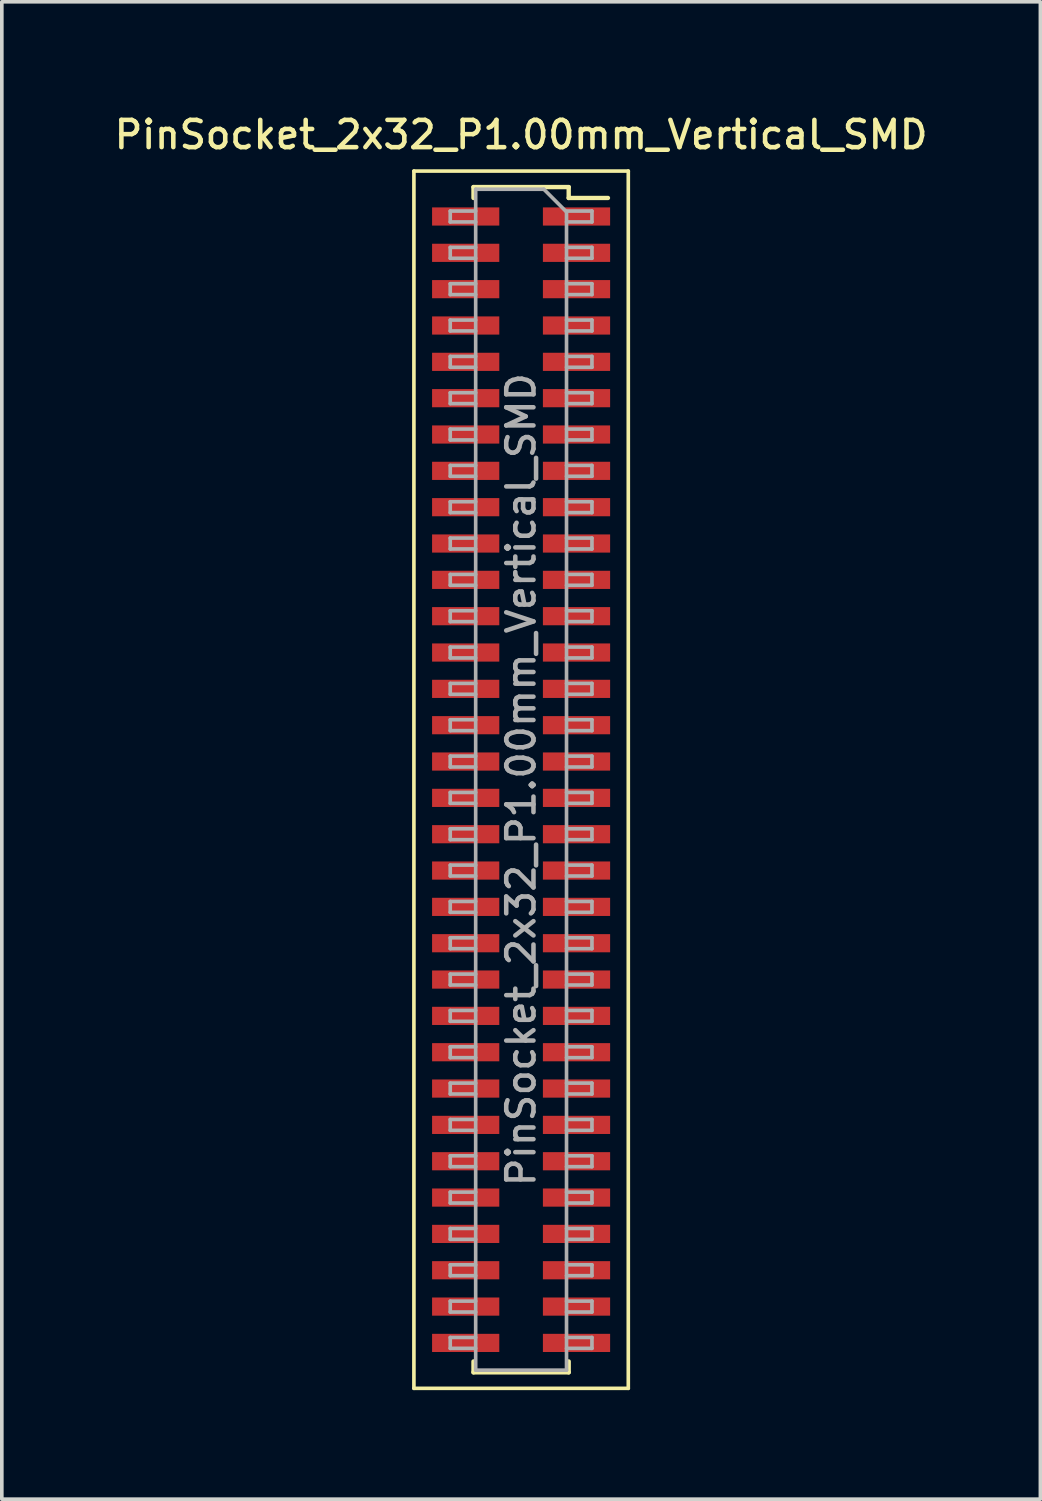
<source format=kicad_pcb>
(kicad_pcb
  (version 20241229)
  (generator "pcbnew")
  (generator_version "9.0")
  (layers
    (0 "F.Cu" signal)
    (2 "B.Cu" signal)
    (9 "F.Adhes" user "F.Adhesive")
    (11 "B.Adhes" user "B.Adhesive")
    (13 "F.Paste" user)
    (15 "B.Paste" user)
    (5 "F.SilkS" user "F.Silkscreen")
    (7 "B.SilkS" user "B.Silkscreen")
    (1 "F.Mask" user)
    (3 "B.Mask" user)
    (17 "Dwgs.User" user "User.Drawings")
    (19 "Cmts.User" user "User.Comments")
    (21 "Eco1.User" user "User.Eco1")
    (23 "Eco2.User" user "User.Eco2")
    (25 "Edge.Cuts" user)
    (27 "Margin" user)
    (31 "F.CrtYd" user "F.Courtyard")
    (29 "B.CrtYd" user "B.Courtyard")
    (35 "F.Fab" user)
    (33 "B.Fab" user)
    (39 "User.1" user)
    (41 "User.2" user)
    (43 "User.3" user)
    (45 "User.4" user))
  (footprint "PinSocket_2x32_P1.00mm_Vertical_SMD"
    (layer "F.Cu")
    (at 11.291 18.408)
    (property "Reference" "PinSocket_2x32_P1.00mm_Vertical_SMD" (at 0 -17.75 0) (layer "F.SilkS") (effects (font (size 0.75 0.75) (thickness 0.125))))
    (attr smd)
    (fp_line (start -2.95 -16.75) (end 2.95 -16.75) (stroke (width 0.1) (type solid)) (layer "F.SilkS"))
    (fp_line (start -2.95 16.75) (end -2.95 -16.75) (stroke (width 0.1) (type solid)) (layer "F.SilkS"))
    (fp_line (start -1.31 -16.31) (end -1.31 -16.01) (stroke (width 0.12) (type solid)) (layer "F.SilkS"))
    (fp_line (start -1.31 -16.31) (end 1.31 -16.31) (stroke (width 0.12) (type solid)) (layer "F.SilkS"))
    (fp_line (start -1.31 16.01) (end -1.31 16.31) (stroke (width 0.12) (type solid)) (layer "F.SilkS"))
    (fp_line (start -1.31 16.31) (end 1.31 16.31) (stroke (width 0.12) (type solid)) (layer "F.SilkS"))
    (fp_line (start 1.31 -16.31) (end 1.31 -16.01) (stroke (width 0.12) (type solid)) (layer "F.SilkS"))
    (fp_line (start 1.31 -16.01) (end 2.39 -16.01) (stroke (width 0.12) (type solid)) (layer "F.SilkS"))
    (fp_line (start 1.31 16.01) (end 1.31 16.31) (stroke (width 0.12) (type solid)) (layer "F.SilkS"))
    (fp_line (start 2.95 -16.75) (end 2.95 16.75) (stroke (width 0.1) (type solid)) (layer "F.SilkS"))
    (fp_line (start 2.95 16.75) (end -2.95 16.75) (stroke (width 0.1) (type solid)) (layer "F.SilkS"))
    (fp_line (start -1.95 -15.65) (end -1.25 -15.65) (stroke (width 0.1) (type solid)) (layer "F.Fab"))
    (fp_line (start -1.95 -15.35) (end -1.95 -15.65) (stroke (width 0.1) (type solid)) (layer "F.Fab"))
    (fp_line (start -1.95 -14.65) (end -1.25 -14.65) (stroke (width 0.1) (type solid)) (layer "F.Fab"))
    (fp_line (start -1.95 -14.35) (end -1.95 -14.65) (stroke (width 0.1) (type solid)) (layer "F.Fab"))
    (fp_line (start -1.95 -13.65) (end -1.25 -13.65) (stroke (width 0.1) (type solid)) (layer "F.Fab"))
    (fp_line (start -1.95 -13.35) (end -1.95 -13.65) (stroke (width 0.1) (type solid)) (layer "F.Fab"))
    (fp_line (start -1.95 -12.65) (end -1.25 -12.65) (stroke (width 0.1) (type solid)) (layer "F.Fab"))
    (fp_line (start -1.95 -12.35) (end -1.95 -12.65) (stroke (width 0.1) (type solid)) (layer "F.Fab"))
    (fp_line (start -1.95 -11.65) (end -1.25 -11.65) (stroke (width 0.1) (type solid)) (layer "F.Fab"))
    (fp_line (start -1.95 -11.35) (end -1.95 -11.65) (stroke (width 0.1) (type solid)) (layer "F.Fab"))
    (fp_line (start -1.95 -10.65) (end -1.25 -10.65) (stroke (width 0.1) (type solid)) (layer "F.Fab"))
    (fp_line (start -1.95 -10.35) (end -1.95 -10.65) (stroke (width 0.1) (type solid)) (layer "F.Fab"))
    (fp_line (start -1.95 -9.65) (end -1.25 -9.65) (stroke (width 0.1) (type solid)) (layer "F.Fab"))
    (fp_line (start -1.95 -9.35) (end -1.95 -9.65) (stroke (width 0.1) (type solid)) (layer "F.Fab"))
    (fp_line (start -1.95 -8.65) (end -1.25 -8.65) (stroke (width 0.1) (type solid)) (layer "F.Fab"))
    (fp_line (start -1.95 -8.35) (end -1.95 -8.65) (stroke (width 0.1) (type solid)) (layer "F.Fab"))
    (fp_line (start -1.95 -7.65) (end -1.25 -7.65) (stroke (width 0.1) (type solid)) (layer "F.Fab"))
    (fp_line (start -1.95 -7.35) (end -1.95 -7.65) (stroke (width 0.1) (type solid)) (layer "F.Fab"))
    (fp_line (start -1.95 -6.65) (end -1.25 -6.65) (stroke (width 0.1) (type solid)) (layer "F.Fab"))
    (fp_line (start -1.95 -6.35) (end -1.95 -6.65) (stroke (width 0.1) (type solid)) (layer "F.Fab"))
    (fp_line (start -1.95 -5.65) (end -1.25 -5.65) (stroke (width 0.1) (type solid)) (layer "F.Fab"))
    (fp_line (start -1.95 -5.35) (end -1.95 -5.65) (stroke (width 0.1) (type solid)) (layer "F.Fab"))
    (fp_line (start -1.95 -4.65) (end -1.25 -4.65) (stroke (width 0.1) (type solid)) (layer "F.Fab"))
    (fp_line (start -1.95 -4.35) (end -1.95 -4.65) (stroke (width 0.1) (type solid)) (layer "F.Fab"))
    (fp_line (start -1.95 -3.65) (end -1.25 -3.65) (stroke (width 0.1) (type solid)) (layer "F.Fab"))
    (fp_line (start -1.95 -3.35) (end -1.95 -3.65) (stroke (width 0.1) (type solid)) (layer "F.Fab"))
    (fp_line (start -1.95 -2.65) (end -1.25 -2.65) (stroke (width 0.1) (type solid)) (layer "F.Fab"))
    (fp_line (start -1.95 -2.35) (end -1.95 -2.65) (stroke (width 0.1) (type solid)) (layer "F.Fab"))
    (fp_line (start -1.95 -1.65) (end -1.25 -1.65) (stroke (width 0.1) (type solid)) (layer "F.Fab"))
    (fp_line (start -1.95 -1.35) (end -1.95 -1.65) (stroke (width 0.1) (type solid)) (layer "F.Fab"))
    (fp_line (start -1.95 -0.65) (end -1.25 -0.65) (stroke (width 0.1) (type solid)) (layer "F.Fab"))
    (fp_line (start -1.95 -0.35) (end -1.95 -0.65) (stroke (width 0.1) (type solid)) (layer "F.Fab"))
    (fp_line (start -1.95 0.35) (end -1.25 0.35) (stroke (width 0.1) (type solid)) (layer "F.Fab"))
    (fp_line (start -1.95 0.65) (end -1.95 0.35) (stroke (width 0.1) (type solid)) (layer "F.Fab"))
    (fp_line (start -1.95 1.35) (end -1.25 1.35) (stroke (width 0.1) (type solid)) (layer "F.Fab"))
    (fp_line (start -1.95 1.65) (end -1.95 1.35) (stroke (width 0.1) (type solid)) (layer "F.Fab"))
    (fp_line (start -1.95 2.35) (end -1.25 2.35) (stroke (width 0.1) (type solid)) (layer "F.Fab"))
    (fp_line (start -1.95 2.65) (end -1.95 2.35) (stroke (width 0.1) (type solid)) (layer "F.Fab"))
    (fp_line (start -1.95 3.35) (end -1.25 3.35) (stroke (width 0.1) (type solid)) (layer "F.Fab"))
    (fp_line (start -1.95 3.65) (end -1.95 3.35) (stroke (width 0.1) (type solid)) (layer "F.Fab"))
    (fp_line (start -1.95 4.35) (end -1.25 4.35) (stroke (width 0.1) (type solid)) (layer "F.Fab"))
    (fp_line (start -1.95 4.65) (end -1.95 4.35) (stroke (width 0.1) (type solid)) (layer "F.Fab"))
    (fp_line (start -1.95 5.35) (end -1.25 5.35) (stroke (width 0.1) (type solid)) (layer "F.Fab"))
    (fp_line (start -1.95 5.65) (end -1.95 5.35) (stroke (width 0.1) (type solid)) (layer "F.Fab"))
    (fp_line (start -1.95 6.35) (end -1.25 6.35) (stroke (width 0.1) (type solid)) (layer "F.Fab"))
    (fp_line (start -1.95 6.65) (end -1.95 6.35) (stroke (width 0.1) (type solid)) (layer "F.Fab"))
    (fp_line (start -1.95 7.35) (end -1.25 7.35) (stroke (width 0.1) (type solid)) (layer "F.Fab"))
    (fp_line (start -1.95 7.65) (end -1.95 7.35) (stroke (width 0.1) (type solid)) (layer "F.Fab"))
    (fp_line (start -1.95 8.35) (end -1.25 8.35) (stroke (width 0.1) (type solid)) (layer "F.Fab"))
    (fp_line (start -1.95 8.65) (end -1.95 8.35) (stroke (width 0.1) (type solid)) (layer "F.Fab"))
    (fp_line (start -1.95 9.35) (end -1.25 9.35) (stroke (width 0.1) (type solid)) (layer "F.Fab"))
    (fp_line (start -1.95 9.65) (end -1.95 9.35) (stroke (width 0.1) (type solid)) (layer "F.Fab"))
    (fp_line (start -1.95 10.35) (end -1.25 10.35) (stroke (width 0.1) (type solid)) (layer "F.Fab"))
    (fp_line (start -1.95 10.65) (end -1.95 10.35) (stroke (width 0.1) (type solid)) (layer "F.Fab"))
    (fp_line (start -1.95 11.35) (end -1.25 11.35) (stroke (width 0.1) (type solid)) (layer "F.Fab"))
    (fp_line (start -1.95 11.65) (end -1.95 11.35) (stroke (width 0.1) (type solid)) (layer "F.Fab"))
    (fp_line (start -1.95 12.35) (end -1.25 12.35) (stroke (width 0.1) (type solid)) (layer "F.Fab"))
    (fp_line (start -1.95 12.65) (end -1.95 12.35) (stroke (width 0.1) (type solid)) (layer "F.Fab"))
    (fp_line (start -1.95 13.35) (end -1.25 13.35) (stroke (width 0.1) (type solid)) (layer "F.Fab"))
    (fp_line (start -1.95 13.65) (end -1.95 13.35) (stroke (width 0.1) (type solid)) (layer "F.Fab"))
    (fp_line (start -1.95 14.35) (end -1.25 14.35) (stroke (width 0.1) (type solid)) (layer "F.Fab"))
    (fp_line (start -1.95 14.65) (end -1.95 14.35) (stroke (width 0.1) (type solid)) (layer "F.Fab"))
    (fp_line (start -1.95 15.35) (end -1.25 15.35) (stroke (width 0.1) (type solid)) (layer "F.Fab"))
    (fp_line (start -1.95 15.65) (end -1.95 15.35) (stroke (width 0.1) (type solid)) (layer "F.Fab"))
    (fp_line (start -1.25 -16.25) (end 0.625 -16.25) (stroke (width 0.1) (type solid)) (layer "F.Fab"))
    (fp_line (start -1.25 -15.35) (end -1.95 -15.35) (stroke (width 0.1) (type solid)) (layer "F.Fab"))
    (fp_line (start -1.25 -14.35) (end -1.95 -14.35) (stroke (width 0.1) (type solid)) (layer "F.Fab"))
    (fp_line (start -1.25 -13.35) (end -1.95 -13.35) (stroke (width 0.1) (type solid)) (layer "F.Fab"))
    (fp_line (start -1.25 -12.35) (end -1.95 -12.35) (stroke (width 0.1) (type solid)) (layer "F.Fab"))
    (fp_line (start -1.25 -11.35) (end -1.95 -11.35) (stroke (width 0.1) (type solid)) (layer "F.Fab"))
    (fp_line (start -1.25 -10.35) (end -1.95 -10.35) (stroke (width 0.1) (type solid)) (layer "F.Fab"))
    (fp_line (start -1.25 -9.35) (end -1.95 -9.35) (stroke (width 0.1) (type solid)) (layer "F.Fab"))
    (fp_line (start -1.25 -8.35) (end -1.95 -8.35) (stroke (width 0.1) (type solid)) (layer "F.Fab"))
    (fp_line (start -1.25 -7.35) (end -1.95 -7.35) (stroke (width 0.1) (type solid)) (layer "F.Fab"))
    (fp_line (start -1.25 -6.35) (end -1.95 -6.35) (stroke (width 0.1) (type solid)) (layer "F.Fab"))
    (fp_line (start -1.25 -5.35) (end -1.95 -5.35) (stroke (width 0.1) (type solid)) (layer "F.Fab"))
    (fp_line (start -1.25 -4.35) (end -1.95 -4.35) (stroke (width 0.1) (type solid)) (layer "F.Fab"))
    (fp_line (start -1.25 -3.35) (end -1.95 -3.35) (stroke (width 0.1) (type solid)) (layer "F.Fab"))
    (fp_line (start -1.25 -2.35) (end -1.95 -2.35) (stroke (width 0.1) (type solid)) (layer "F.Fab"))
    (fp_line (start -1.25 -1.35) (end -1.95 -1.35) (stroke (width 0.1) (type solid)) (layer "F.Fab"))
    (fp_line (start -1.25 -0.35) (end -1.95 -0.35) (stroke (width 0.1) (type solid)) (layer "F.Fab"))
    (fp_line (start -1.25 0.65) (end -1.95 0.65) (stroke (width 0.1) (type solid)) (layer "F.Fab"))
    (fp_line (start -1.25 1.65) (end -1.95 1.65) (stroke (width 0.1) (type solid)) (layer "F.Fab"))
    (fp_line (start -1.25 2.65) (end -1.95 2.65) (stroke (width 0.1) (type solid)) (layer "F.Fab"))
    (fp_line (start -1.25 3.65) (end -1.95 3.65) (stroke (width 0.1) (type solid)) (layer "F.Fab"))
    (fp_line (start -1.25 4.65) (end -1.95 4.65) (stroke (width 0.1) (type solid)) (layer "F.Fab"))
    (fp_line (start -1.25 5.65) (end -1.95 5.65) (stroke (width 0.1) (type solid)) (layer "F.Fab"))
    (fp_line (start -1.25 6.65) (end -1.95 6.65) (stroke (width 0.1) (type solid)) (layer "F.Fab"))
    (fp_line (start -1.25 7.65) (end -1.95 7.65) (stroke (width 0.1) (type solid)) (layer "F.Fab"))
    (fp_line (start -1.25 8.65) (end -1.95 8.65) (stroke (width 0.1) (type solid)) (layer "F.Fab"))
    (fp_line (start -1.25 9.65) (end -1.95 9.65) (stroke (width 0.1) (type solid)) (layer "F.Fab"))
    (fp_line (start -1.25 10.65) (end -1.95 10.65) (stroke (width 0.1) (type solid)) (layer "F.Fab"))
    (fp_line (start -1.25 11.65) (end -1.95 11.65) (stroke (width 0.1) (type solid)) (layer "F.Fab"))
    (fp_line (start -1.25 12.65) (end -1.95 12.65) (stroke (width 0.1) (type solid)) (layer "F.Fab"))
    (fp_line (start -1.25 13.65) (end -1.95 13.65) (stroke (width 0.1) (type solid)) (layer "F.Fab"))
    (fp_line (start -1.25 14.65) (end -1.95 14.65) (stroke (width 0.1) (type solid)) (layer "F.Fab"))
    (fp_line (start -1.25 15.65) (end -1.95 15.65) (stroke (width 0.1) (type solid)) (layer "F.Fab"))
    (fp_line (start -1.25 16.25) (end -1.25 -16.25) (stroke (width 0.1) (type solid)) (layer "F.Fab"))
    (fp_line (start 0.625 -16.25) (end 1.25 -15.625) (stroke (width 0.1) (type solid)) (layer "F.Fab"))
    (fp_line (start 1.25 -15.65) (end 1.95 -15.65) (stroke (width 0.1) (type solid)) (layer "F.Fab"))
    (fp_line (start 1.25 -15.625) (end 1.25 16.25) (stroke (width 0.1) (type solid)) (layer "F.Fab"))
    (fp_line (start 1.25 -14.65) (end 1.95 -14.65) (stroke (width 0.1) (type solid)) (layer "F.Fab"))
    (fp_line (start 1.25 -13.65) (end 1.95 -13.65) (stroke (width 0.1) (type solid)) (layer "F.Fab"))
    (fp_line (start 1.25 -12.65) (end 1.95 -12.65) (stroke (width 0.1) (type solid)) (layer "F.Fab"))
    (fp_line (start 1.25 -11.65) (end 1.95 -11.65) (stroke (width 0.1) (type solid)) (layer "F.Fab"))
    (fp_line (start 1.25 -10.65) (end 1.95 -10.65) (stroke (width 0.1) (type solid)) (layer "F.Fab"))
    (fp_line (start 1.25 -9.65) (end 1.95 -9.65) (stroke (width 0.1) (type solid)) (layer "F.Fab"))
    (fp_line (start 1.25 -8.65) (end 1.95 -8.65) (stroke (width 0.1) (type solid)) (layer "F.Fab"))
    (fp_line (start 1.25 -7.65) (end 1.95 -7.65) (stroke (width 0.1) (type solid)) (layer "F.Fab"))
    (fp_line (start 1.25 -6.65) (end 1.95 -6.65) (stroke (width 0.1) (type solid)) (layer "F.Fab"))
    (fp_line (start 1.25 -5.65) (end 1.95 -5.65) (stroke (width 0.1) (type solid)) (layer "F.Fab"))
    (fp_line (start 1.25 -4.65) (end 1.95 -4.65) (stroke (width 0.1) (type solid)) (layer "F.Fab"))
    (fp_line (start 1.25 -3.65) (end 1.95 -3.65) (stroke (width 0.1) (type solid)) (layer "F.Fab"))
    (fp_line (start 1.25 -2.65) (end 1.95 -2.65) (stroke (width 0.1) (type solid)) (layer "F.Fab"))
    (fp_line (start 1.25 -1.65) (end 1.95 -1.65) (stroke (width 0.1) (type solid)) (layer "F.Fab"))
    (fp_line (start 1.25 -0.65) (end 1.95 -0.65) (stroke (width 0.1) (type solid)) (layer "F.Fab"))
    (fp_line (start 1.25 0.35) (end 1.95 0.35) (stroke (width 0.1) (type solid)) (layer "F.Fab"))
    (fp_line (start 1.25 1.35) (end 1.95 1.35) (stroke (width 0.1) (type solid)) (layer "F.Fab"))
    (fp_line (start 1.25 2.35) (end 1.95 2.35) (stroke (width 0.1) (type solid)) (layer "F.Fab"))
    (fp_line (start 1.25 3.35) (end 1.95 3.35) (stroke (width 0.1) (type solid)) (layer "F.Fab"))
    (fp_line (start 1.25 4.35) (end 1.95 4.35) (stroke (width 0.1) (type solid)) (layer "F.Fab"))
    (fp_line (start 1.25 5.35) (end 1.95 5.35) (stroke (width 0.1) (type solid)) (layer "F.Fab"))
    (fp_line (start 1.25 6.35) (end 1.95 6.35) (stroke (width 0.1) (type solid)) (layer "F.Fab"))
    (fp_line (start 1.25 7.35) (end 1.95 7.35) (stroke (width 0.1) (type solid)) (layer "F.Fab"))
    (fp_line (start 1.25 8.35) (end 1.95 8.35) (stroke (width 0.1) (type solid)) (layer "F.Fab"))
    (fp_line (start 1.25 9.35) (end 1.95 9.35) (stroke (width 0.1) (type solid)) (layer "F.Fab"))
    (fp_line (start 1.25 10.35) (end 1.95 10.35) (stroke (width 0.1) (type solid)) (layer "F.Fab"))
    (fp_line (start 1.25 11.35) (end 1.95 11.35) (stroke (width 0.1) (type solid)) (layer "F.Fab"))
    (fp_line (start 1.25 12.35) (end 1.95 12.35) (stroke (width 0.1) (type solid)) (layer "F.Fab"))
    (fp_line (start 1.25 13.35) (end 1.95 13.35) (stroke (width 0.1) (type solid)) (layer "F.Fab"))
    (fp_line (start 1.25 14.35) (end 1.95 14.35) (stroke (width 0.1) (type solid)) (layer "F.Fab"))
    (fp_line (start 1.25 15.35) (end 1.95 15.35) (stroke (width 0.1) (type solid)) (layer "F.Fab"))
    (fp_line (start 1.25 16.25) (end -1.25 16.25) (stroke (width 0.1) (type solid)) (layer "F.Fab"))
    (fp_line (start 1.95 -15.65) (end 1.95 -15.35) (stroke (width 0.1) (type solid)) (layer "F.Fab"))
    (fp_line (start 1.95 -15.35) (end 1.25 -15.35) (stroke (width 0.1) (type solid)) (layer "F.Fab"))
    (fp_line (start 1.95 -14.65) (end 1.95 -14.35) (stroke (width 0.1) (type solid)) (layer "F.Fab"))
    (fp_line (start 1.95 -14.35) (end 1.25 -14.35) (stroke (width 0.1) (type solid)) (layer "F.Fab"))
    (fp_line (start 1.95 -13.65) (end 1.95 -13.35) (stroke (width 0.1) (type solid)) (layer "F.Fab"))
    (fp_line (start 1.95 -13.35) (end 1.25 -13.35) (stroke (width 0.1) (type solid)) (layer "F.Fab"))
    (fp_line (start 1.95 -12.65) (end 1.95 -12.35) (stroke (width 0.1) (type solid)) (layer "F.Fab"))
    (fp_line (start 1.95 -12.35) (end 1.25 -12.35) (stroke (width 0.1) (type solid)) (layer "F.Fab"))
    (fp_line (start 1.95 -11.65) (end 1.95 -11.35) (stroke (width 0.1) (type solid)) (layer "F.Fab"))
    (fp_line (start 1.95 -11.35) (end 1.25 -11.35) (stroke (width 0.1) (type solid)) (layer "F.Fab"))
    (fp_line (start 1.95 -10.65) (end 1.95 -10.35) (stroke (width 0.1) (type solid)) (layer "F.Fab"))
    (fp_line (start 1.95 -10.35) (end 1.25 -10.35) (stroke (width 0.1) (type solid)) (layer "F.Fab"))
    (fp_line (start 1.95 -9.65) (end 1.95 -9.35) (stroke (width 0.1) (type solid)) (layer "F.Fab"))
    (fp_line (start 1.95 -9.35) (end 1.25 -9.35) (stroke (width 0.1) (type solid)) (layer "F.Fab"))
    (fp_line (start 1.95 -8.65) (end 1.95 -8.35) (stroke (width 0.1) (type solid)) (layer "F.Fab"))
    (fp_line (start 1.95 -8.35) (end 1.25 -8.35) (stroke (width 0.1) (type solid)) (layer "F.Fab"))
    (fp_line (start 1.95 -7.65) (end 1.95 -7.35) (stroke (width 0.1) (type solid)) (layer "F.Fab"))
    (fp_line (start 1.95 -7.35) (end 1.25 -7.35) (stroke (width 0.1) (type solid)) (layer "F.Fab"))
    (fp_line (start 1.95 -6.65) (end 1.95 -6.35) (stroke (width 0.1) (type solid)) (layer "F.Fab"))
    (fp_line (start 1.95 -6.35) (end 1.25 -6.35) (stroke (width 0.1) (type solid)) (layer "F.Fab"))
    (fp_line (start 1.95 -5.65) (end 1.95 -5.35) (stroke (width 0.1) (type solid)) (layer "F.Fab"))
    (fp_line (start 1.95 -5.35) (end 1.25 -5.35) (stroke (width 0.1) (type solid)) (layer "F.Fab"))
    (fp_line (start 1.95 -4.65) (end 1.95 -4.35) (stroke (width 0.1) (type solid)) (layer "F.Fab"))
    (fp_line (start 1.95 -4.35) (end 1.25 -4.35) (stroke (width 0.1) (type solid)) (layer "F.Fab"))
    (fp_line (start 1.95 -3.65) (end 1.95 -3.35) (stroke (width 0.1) (type solid)) (layer "F.Fab"))
    (fp_line (start 1.95 -3.35) (end 1.25 -3.35) (stroke (width 0.1) (type solid)) (layer "F.Fab"))
    (fp_line (start 1.95 -2.65) (end 1.95 -2.35) (stroke (width 0.1) (type solid)) (layer "F.Fab"))
    (fp_line (start 1.95 -2.35) (end 1.25 -2.35) (stroke (width 0.1) (type solid)) (layer "F.Fab"))
    (fp_line (start 1.95 -1.65) (end 1.95 -1.35) (stroke (width 0.1) (type solid)) (layer "F.Fab"))
    (fp_line (start 1.95 -1.35) (end 1.25 -1.35) (stroke (width 0.1) (type solid)) (layer "F.Fab"))
    (fp_line (start 1.95 -0.65) (end 1.95 -0.35) (stroke (width 0.1) (type solid)) (layer "F.Fab"))
    (fp_line (start 1.95 -0.35) (end 1.25 -0.35) (stroke (width 0.1) (type solid)) (layer "F.Fab"))
    (fp_line (start 1.95 0.35) (end 1.95 0.65) (stroke (width 0.1) (type solid)) (layer "F.Fab"))
    (fp_line (start 1.95 0.65) (end 1.25 0.65) (stroke (width 0.1) (type solid)) (layer "F.Fab"))
    (fp_line (start 1.95 1.35) (end 1.95 1.65) (stroke (width 0.1) (type solid)) (layer "F.Fab"))
    (fp_line (start 1.95 1.65) (end 1.25 1.65) (stroke (width 0.1) (type solid)) (layer "F.Fab"))
    (fp_line (start 1.95 2.35) (end 1.95 2.65) (stroke (width 0.1) (type solid)) (layer "F.Fab"))
    (fp_line (start 1.95 2.65) (end 1.25 2.65) (stroke (width 0.1) (type solid)) (layer "F.Fab"))
    (fp_line (start 1.95 3.35) (end 1.95 3.65) (stroke (width 0.1) (type solid)) (layer "F.Fab"))
    (fp_line (start 1.95 3.65) (end 1.25 3.65) (stroke (width 0.1) (type solid)) (layer "F.Fab"))
    (fp_line (start 1.95 4.35) (end 1.95 4.65) (stroke (width 0.1) (type solid)) (layer "F.Fab"))
    (fp_line (start 1.95 4.65) (end 1.25 4.65) (stroke (width 0.1) (type solid)) (layer "F.Fab"))
    (fp_line (start 1.95 5.35) (end 1.95 5.65) (stroke (width 0.1) (type solid)) (layer "F.Fab"))
    (fp_line (start 1.95 5.65) (end 1.25 5.65) (stroke (width 0.1) (type solid)) (layer "F.Fab"))
    (fp_line (start 1.95 6.35) (end 1.95 6.65) (stroke (width 0.1) (type solid)) (layer "F.Fab"))
    (fp_line (start 1.95 6.65) (end 1.25 6.65) (stroke (width 0.1) (type solid)) (layer "F.Fab"))
    (fp_line (start 1.95 7.35) (end 1.95 7.65) (stroke (width 0.1) (type solid)) (layer "F.Fab"))
    (fp_line (start 1.95 7.65) (end 1.25 7.65) (stroke (width 0.1) (type solid)) (layer "F.Fab"))
    (fp_line (start 1.95 8.35) (end 1.95 8.65) (stroke (width 0.1) (type solid)) (layer "F.Fab"))
    (fp_line (start 1.95 8.65) (end 1.25 8.65) (stroke (width 0.1) (type solid)) (layer "F.Fab"))
    (fp_line (start 1.95 9.35) (end 1.95 9.65) (stroke (width 0.1) (type solid)) (layer "F.Fab"))
    (fp_line (start 1.95 9.65) (end 1.25 9.65) (stroke (width 0.1) (type solid)) (layer "F.Fab"))
    (fp_line (start 1.95 10.35) (end 1.95 10.65) (stroke (width 0.1) (type solid)) (layer "F.Fab"))
    (fp_line (start 1.95 10.65) (end 1.25 10.65) (stroke (width 0.1) (type solid)) (layer "F.Fab"))
    (fp_line (start 1.95 11.35) (end 1.95 11.65) (stroke (width 0.1) (type solid)) (layer "F.Fab"))
    (fp_line (start 1.95 11.65) (end 1.25 11.65) (stroke (width 0.1) (type solid)) (layer "F.Fab"))
    (fp_line (start 1.95 12.35) (end 1.95 12.65) (stroke (width 0.1) (type solid)) (layer "F.Fab"))
    (fp_line (start 1.95 12.65) (end 1.25 12.65) (stroke (width 0.1) (type solid)) (layer "F.Fab"))
    (fp_line (start 1.95 13.35) (end 1.95 13.65) (stroke (width 0.1) (type solid)) (layer "F.Fab"))
    (fp_line (start 1.95 13.65) (end 1.25 13.65) (stroke (width 0.1) (type solid)) (layer "F.Fab"))
    (fp_line (start 1.95 14.35) (end 1.95 14.65) (stroke (width 0.1) (type solid)) (layer "F.Fab"))
    (fp_line (start 1.95 14.65) (end 1.25 14.65) (stroke (width 0.1) (type solid)) (layer "F.Fab"))
    (fp_line (start 1.95 15.35) (end 1.95 15.65) (stroke (width 0.1) (type solid)) (layer "F.Fab"))
    (fp_line (start 1.95 15.65) (end 1.25 15.65) (stroke (width 0.1) (type solid)) (layer "F.Fab"))
    (fp_text user "${REFERENCE}" (at 0 0 90) (layer "F.Fab") (effects (font (size 0.75 0.75) (thickness 0.125))))
    (pad "1" smd rect (at 1.525 -15.5) (size 1.85 0.5) (layers "F.Cu" "F.Mask" "F.Paste"))
    (pad "2" smd rect (at -1.525 -15.5) (size 1.85 0.5) (layers "F.Cu" "F.Mask" "F.Paste"))
    (pad "3" smd rect (at 1.525 -14.5) (size 1.85 0.5) (layers "F.Cu" "F.Mask" "F.Paste"))
    (pad "4" smd rect (at -1.525 -14.5) (size 1.85 0.5) (layers "F.Cu" "F.Mask" "F.Paste"))
    (pad "5" smd rect (at 1.525 -13.5) (size 1.85 0.5) (layers "F.Cu" "F.Mask" "F.Paste"))
    (pad "6" smd rect (at -1.525 -13.5) (size 1.85 0.5) (layers "F.Cu" "F.Mask" "F.Paste"))
    (pad "7" smd rect (at 1.525 -12.5) (size 1.85 0.5) (layers "F.Cu" "F.Mask" "F.Paste"))
    (pad "8" smd rect (at -1.525 -12.5) (size 1.85 0.5) (layers "F.Cu" "F.Mask" "F.Paste"))
    (pad "9" smd rect (at 1.525 -11.5) (size 1.85 0.5) (layers "F.Cu" "F.Mask" "F.Paste"))
    (pad "10" smd rect (at -1.525 -11.5) (size 1.85 0.5) (layers "F.Cu" "F.Mask" "F.Paste"))
    (pad "11" smd rect (at 1.525 -10.5) (size 1.85 0.5) (layers "F.Cu" "F.Mask" "F.Paste"))
    (pad "12" smd rect (at -1.525 -10.5) (size 1.85 0.5) (layers "F.Cu" "F.Mask" "F.Paste"))
    (pad "13" smd rect (at 1.525 -9.5) (size 1.85 0.5) (layers "F.Cu" "F.Mask" "F.Paste"))
    (pad "14" smd rect (at -1.525 -9.5) (size 1.85 0.5) (layers "F.Cu" "F.Mask" "F.Paste"))
    (pad "15" smd rect (at 1.525 -8.5) (size 1.85 0.5) (layers "F.Cu" "F.Mask" "F.Paste"))
    (pad "16" smd rect (at -1.525 -8.5) (size 1.85 0.5) (layers "F.Cu" "F.Mask" "F.Paste"))
    (pad "17" smd rect (at 1.525 -7.5) (size 1.85 0.5) (layers "F.Cu" "F.Mask" "F.Paste"))
    (pad "18" smd rect (at -1.525 -7.5) (size 1.85 0.5) (layers "F.Cu" "F.Mask" "F.Paste"))
    (pad "19" smd rect (at 1.525 -6.5) (size 1.85 0.5) (layers "F.Cu" "F.Mask" "F.Paste"))
    (pad "20" smd rect (at -1.525 -6.5) (size 1.85 0.5) (layers "F.Cu" "F.Mask" "F.Paste"))
    (pad "21" smd rect (at 1.525 -5.5) (size 1.85 0.5) (layers "F.Cu" "F.Mask" "F.Paste"))
    (pad "22" smd rect (at -1.525 -5.5) (size 1.85 0.5) (layers "F.Cu" "F.Mask" "F.Paste"))
    (pad "23" smd rect (at 1.525 -4.5) (size 1.85 0.5) (layers "F.Cu" "F.Mask" "F.Paste"))
    (pad "24" smd rect (at -1.525 -4.5) (size 1.85 0.5) (layers "F.Cu" "F.Mask" "F.Paste"))
    (pad "25" smd rect (at 1.525 -3.5) (size 1.85 0.5) (layers "F.Cu" "F.Mask" "F.Paste"))
    (pad "26" smd rect (at -1.525 -3.5) (size 1.85 0.5) (layers "F.Cu" "F.Mask" "F.Paste"))
    (pad "27" smd rect (at 1.525 -2.5) (size 1.85 0.5) (layers "F.Cu" "F.Mask" "F.Paste"))
    (pad "28" smd rect (at -1.525 -2.5) (size 1.85 0.5) (layers "F.Cu" "F.Mask" "F.Paste"))
    (pad "29" smd rect (at 1.525 -1.5) (size 1.85 0.5) (layers "F.Cu" "F.Mask" "F.Paste"))
    (pad "30" smd rect (at -1.525 -1.5) (size 1.85 0.5) (layers "F.Cu" "F.Mask" "F.Paste"))
    (pad "31" smd rect (at 1.525 -0.5) (size 1.85 0.5) (layers "F.Cu" "F.Mask" "F.Paste"))
    (pad "32" smd rect (at -1.525 -0.5) (size 1.85 0.5) (layers "F.Cu" "F.Mask" "F.Paste"))
    (pad "33" smd rect (at 1.525 0.5) (size 1.85 0.5) (layers "F.Cu" "F.Mask" "F.Paste"))
    (pad "34" smd rect (at -1.525 0.5) (size 1.85 0.5) (layers "F.Cu" "F.Mask" "F.Paste"))
    (pad "35" smd rect (at 1.525 1.5) (size 1.85 0.5) (layers "F.Cu" "F.Mask" "F.Paste"))
    (pad "36" smd rect (at -1.525 1.5) (size 1.85 0.5) (layers "F.Cu" "F.Mask" "F.Paste"))
    (pad "37" smd rect (at 1.525 2.5) (size 1.85 0.5) (layers "F.Cu" "F.Mask" "F.Paste"))
    (pad "38" smd rect (at -1.525 2.5) (size 1.85 0.5) (layers "F.Cu" "F.Mask" "F.Paste"))
    (pad "39" smd rect (at 1.525 3.5) (size 1.85 0.5) (layers "F.Cu" "F.Mask" "F.Paste"))
    (pad "40" smd rect (at -1.525 3.5) (size 1.85 0.5) (layers "F.Cu" "F.Mask" "F.Paste"))
    (pad "41" smd rect (at 1.525 4.5) (size 1.85 0.5) (layers "F.Cu" "F.Mask" "F.Paste"))
    (pad "42" smd rect (at -1.525 4.5) (size 1.85 0.5) (layers "F.Cu" "F.Mask" "F.Paste"))
    (pad "43" smd rect (at 1.525 5.5) (size 1.85 0.5) (layers "F.Cu" "F.Mask" "F.Paste"))
    (pad "44" smd rect (at -1.525 5.5) (size 1.85 0.5) (layers "F.Cu" "F.Mask" "F.Paste"))
    (pad "45" smd rect (at 1.525 6.5) (size 1.85 0.5) (layers "F.Cu" "F.Mask" "F.Paste"))
    (pad "46" smd rect (at -1.525 6.5) (size 1.85 0.5) (layers "F.Cu" "F.Mask" "F.Paste"))
    (pad "47" smd rect (at 1.525 7.5) (size 1.85 0.5) (layers "F.Cu" "F.Mask" "F.Paste"))
    (pad "48" smd rect (at -1.525 7.5) (size 1.85 0.5) (layers "F.Cu" "F.Mask" "F.Paste"))
    (pad "49" smd rect (at 1.525 8.5) (size 1.85 0.5) (layers "F.Cu" "F.Mask" "F.Paste"))
    (pad "50" smd rect (at -1.525 8.5) (size 1.85 0.5) (layers "F.Cu" "F.Mask" "F.Paste"))
    (pad "51" smd rect (at 1.525 9.5) (size 1.85 0.5) (layers "F.Cu" "F.Mask" "F.Paste"))
    (pad "52" smd rect (at -1.525 9.5) (size 1.85 0.5) (layers "F.Cu" "F.Mask" "F.Paste"))
    (pad "53" smd rect (at 1.525 10.5) (size 1.85 0.5) (layers "F.Cu" "F.Mask" "F.Paste"))
    (pad "54" smd rect (at -1.525 10.5) (size 1.85 0.5) (layers "F.Cu" "F.Mask" "F.Paste"))
    (pad "55" smd rect (at 1.525 11.5) (size 1.85 0.5) (layers "F.Cu" "F.Mask" "F.Paste"))
    (pad "56" smd rect (at -1.525 11.5) (size 1.85 0.5) (layers "F.Cu" "F.Mask" "F.Paste"))
    (pad "57" smd rect (at 1.525 12.5) (size 1.85 0.5) (layers "F.Cu" "F.Mask" "F.Paste"))
    (pad "58" smd rect (at -1.525 12.5) (size 1.85 0.5) (layers "F.Cu" "F.Mask" "F.Paste"))
    (pad "59" smd rect (at 1.525 13.5) (size 1.85 0.5) (layers "F.Cu" "F.Mask" "F.Paste"))
    (pad "60" smd rect (at -1.525 13.5) (size 1.85 0.5) (layers "F.Cu" "F.Mask" "F.Paste"))
    (pad "61" smd rect (at 1.525 14.5) (size 1.85 0.5) (layers "F.Cu" "F.Mask" "F.Paste"))
    (pad "62" smd rect (at -1.525 14.5) (size 1.85 0.5) (layers "F.Cu" "F.Mask" "F.Paste"))
    (pad "63" smd rect (at 1.525 15.5) (size 1.85 0.5) (layers "F.Cu" "F.Mask" "F.Paste"))
    (pad "64" smd rect (at -1.525 15.5) (size 1.85 0.5) (layers "F.Cu" "F.Mask" "F.Paste")))
  (gr_rect
    (start -3 -3)
    (end 25.582 38.208)
    (stroke (width 0.1) (type default))
    (fill no)
    (layer "Edge.Cuts")))
</source>
